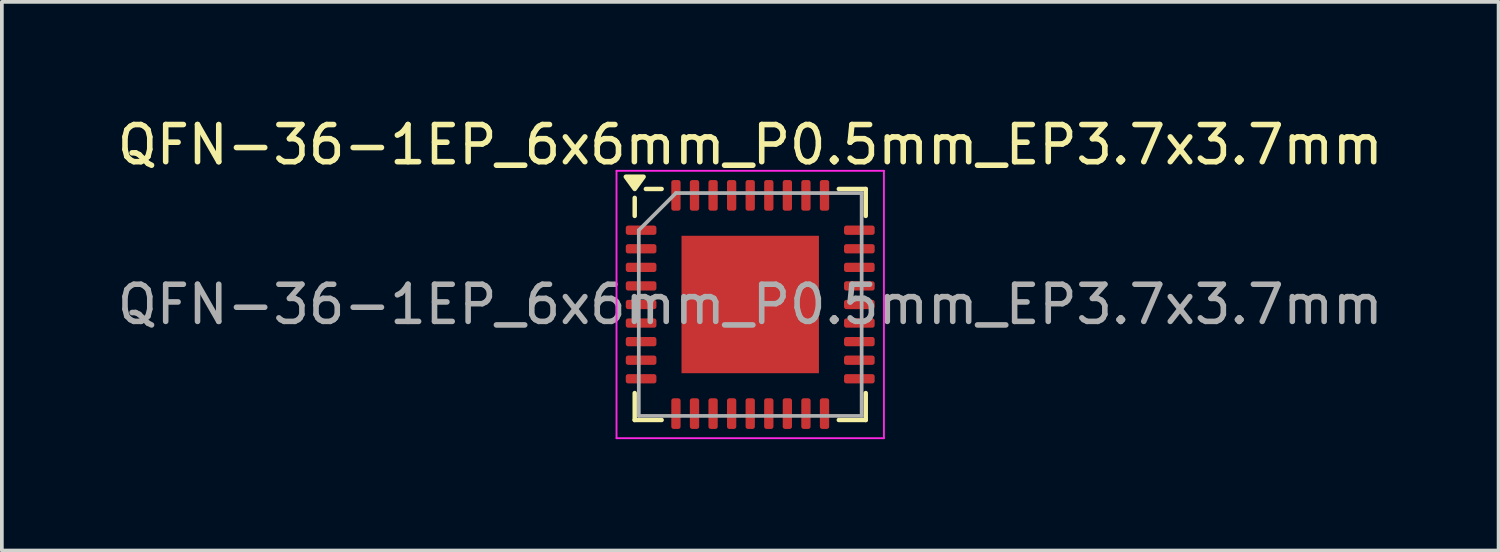
<source format=kicad_pcb>
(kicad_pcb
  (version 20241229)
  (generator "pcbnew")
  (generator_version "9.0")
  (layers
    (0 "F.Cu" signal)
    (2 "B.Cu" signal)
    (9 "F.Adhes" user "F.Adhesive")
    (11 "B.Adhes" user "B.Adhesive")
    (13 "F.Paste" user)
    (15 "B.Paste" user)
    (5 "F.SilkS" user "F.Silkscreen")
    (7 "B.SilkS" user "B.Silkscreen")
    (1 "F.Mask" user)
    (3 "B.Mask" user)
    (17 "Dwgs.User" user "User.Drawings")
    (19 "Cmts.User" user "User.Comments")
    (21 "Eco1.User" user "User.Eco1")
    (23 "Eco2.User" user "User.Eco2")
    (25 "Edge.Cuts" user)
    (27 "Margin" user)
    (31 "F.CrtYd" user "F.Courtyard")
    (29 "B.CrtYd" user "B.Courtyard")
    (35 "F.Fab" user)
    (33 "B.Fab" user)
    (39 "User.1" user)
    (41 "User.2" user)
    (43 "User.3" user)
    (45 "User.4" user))
  (footprint "QFN-36-1EP_6x6mm_P0.5mm_EP3.7x3.7mm"
    (layer "F.Cu")
    (at 17.149 5.148)
    (property "Reference" "QFN-36-1EP_6x6mm_P0.5mm_EP3.7x3.7mm" (at 0 -4.3 0) (layer "F.SilkS") (effects (font (size 1 1) (thickness 0.15))))
    (attr smd)
    (fp_line (start -3.11 -2.385) (end -3.11 -2.87) (stroke (width 0.12) (type solid)) (layer "F.SilkS"))
    (fp_line (start -3.11 3.11) (end -3.11 2.385) (stroke (width 0.12) (type solid)) (layer "F.SilkS"))
    (fp_line (start -2.385 -3.11) (end -2.81 -3.11) (stroke (width 0.12) (type solid)) (layer "F.SilkS"))
    (fp_line (start -2.385 3.11) (end -3.11 3.11) (stroke (width 0.12) (type solid)) (layer "F.SilkS"))
    (fp_line (start 2.385 -3.11) (end 3.11 -3.11) (stroke (width 0.12) (type solid)) (layer "F.SilkS"))
    (fp_line (start 2.385 3.11) (end 3.11 3.11) (stroke (width 0.12) (type solid)) (layer "F.SilkS"))
    (fp_line (start 3.11 -3.11) (end 3.11 -2.385) (stroke (width 0.12) (type solid)) (layer "F.SilkS"))
    (fp_line (start 3.11 3.11) (end 3.11 2.385) (stroke (width 0.12) (type solid)) (layer "F.SilkS"))
    (fp_poly (pts (xy -3.11 -3.11) (xy -3.35 -3.44) (xy -2.87 -3.44) (xy -3.11 -3.11)) (stroke (width 0.12) (type solid)) (fill yes) (layer "F.SilkS"))
    (fp_line (start -3.6 -3.6) (end -3.6 3.6) (stroke (width 0.05) (type solid)) (layer "F.CrtYd"))
    (fp_line (start -3.6 3.6) (end 3.6 3.6) (stroke (width 0.05) (type solid)) (layer "F.CrtYd"))
    (fp_line (start 3.6 -3.6) (end -3.6 -3.6) (stroke (width 0.05) (type solid)) (layer "F.CrtYd"))
    (fp_line (start 3.6 3.6) (end 3.6 -3.6) (stroke (width 0.05) (type solid)) (layer "F.CrtYd"))
    (fp_line (start -3 -2) (end -2 -3) (stroke (width 0.1) (type solid)) (layer "F.Fab"))
    (fp_line (start -3 3) (end -3 -2) (stroke (width 0.1) (type solid)) (layer "F.Fab"))
    (fp_line (start -2 -3) (end 3 -3) (stroke (width 0.1) (type solid)) (layer "F.Fab"))
    (fp_line (start 3 -3) (end 3 3) (stroke (width 0.1) (type solid)) (layer "F.Fab"))
    (fp_line (start 3 3) (end -3 3) (stroke (width 0.1) (type solid)) (layer "F.Fab"))
    (fp_text user "${REFERENCE}" (at 0 0 0) (layer "F.Fab") (effects (font (size 1 1) (thickness 0.15))))
    (pad "" smd roundrect (at -1.23 -1.23) (size 0.99 0.99) (layers "F.Paste") (roundrect_rratio 0.25))
    (pad "" smd roundrect (at -1.23 0) (size 0.99 0.99) (layers "F.Paste") (roundrect_rratio 0.25))
    (pad "" smd roundrect (at -1.23 1.23) (size 0.99 0.99) (layers "F.Paste") (roundrect_rratio 0.25))
    (pad "" smd roundrect (at 0 -1.23) (size 0.99 0.99) (layers "F.Paste") (roundrect_rratio 0.25))
    (pad "" smd roundrect (at 0 0) (size 0.99 0.99) (layers "F.Paste") (roundrect_rratio 0.25))
    (pad "" smd roundrect (at 0 1.23) (size 0.99 0.99) (layers "F.Paste") (roundrect_rratio 0.25))
    (pad "" smd roundrect (at 1.23 -1.23) (size 0.99 0.99) (layers "F.Paste") (roundrect_rratio 0.25))
    (pad "" smd roundrect (at 1.23 0) (size 0.99 0.99) (layers "F.Paste") (roundrect_rratio 0.25))
    (pad "" smd roundrect (at 1.23 1.23) (size 0.99 0.99) (layers "F.Paste") (roundrect_rratio 0.25))
    (pad "1" smd roundrect (at -2.938 -2) (size 0.825 0.25) (layers "F.Cu" "F.Mask" "F.Paste") (roundrect_rratio 0.25))
    (pad "2" smd roundrect (at -2.938 -1.5) (size 0.825 0.25) (layers "F.Cu" "F.Mask" "F.Paste") (roundrect_rratio 0.25))
    (pad "3" smd roundrect (at -2.938 -1) (size 0.825 0.25) (layers "F.Cu" "F.Mask" "F.Paste") (roundrect_rratio 0.25))
    (pad "4" smd roundrect (at -2.938 -0.5) (size 0.825 0.25) (layers "F.Cu" "F.Mask" "F.Paste") (roundrect_rratio 0.25))
    (pad "5" smd roundrect (at -2.938 0) (size 0.825 0.25) (layers "F.Cu" "F.Mask" "F.Paste") (roundrect_rratio 0.25))
    (pad "6" smd roundrect (at -2.938 0.5) (size 0.825 0.25) (layers "F.Cu" "F.Mask" "F.Paste") (roundrect_rratio 0.25))
    (pad "7" smd roundrect (at -2.938 1) (size 0.825 0.25) (layers "F.Cu" "F.Mask" "F.Paste") (roundrect_rratio 0.25))
    (pad "8" smd roundrect (at -2.938 1.5) (size 0.825 0.25) (layers "F.Cu" "F.Mask" "F.Paste") (roundrect_rratio 0.25))
    (pad "9" smd roundrect (at -2.938 2) (size 0.825 0.25) (layers "F.Cu" "F.Mask" "F.Paste") (roundrect_rratio 0.25))
    (pad "10" smd roundrect (at -2 2.938) (size 0.25 0.825) (layers "F.Cu" "F.Mask" "F.Paste") (roundrect_rratio 0.25))
    (pad "11" smd roundrect (at -1.5 2.938) (size 0.25 0.825) (layers "F.Cu" "F.Mask" "F.Paste") (roundrect_rratio 0.25))
    (pad "12" smd roundrect (at -1 2.938) (size 0.25 0.825) (layers "F.Cu" "F.Mask" "F.Paste") (roundrect_rratio 0.25))
    (pad "13" smd roundrect (at -0.5 2.938) (size 0.25 0.825) (layers "F.Cu" "F.Mask" "F.Paste") (roundrect_rratio 0.25))
    (pad "14" smd roundrect (at 0 2.938) (size 0.25 0.825) (layers "F.Cu" "F.Mask" "F.Paste") (roundrect_rratio 0.25))
    (pad "15" smd roundrect (at 0.5 2.938) (size 0.25 0.825) (layers "F.Cu" "F.Mask" "F.Paste") (roundrect_rratio 0.25))
    (pad "16" smd roundrect (at 1 2.938) (size 0.25 0.825) (layers "F.Cu" "F.Mask" "F.Paste") (roundrect_rratio 0.25))
    (pad "17" smd roundrect (at 1.5 2.938) (size 0.25 0.825) (layers "F.Cu" "F.Mask" "F.Paste") (roundrect_rratio 0.25))
    (pad "18" smd roundrect (at 2 2.938) (size 0.25 0.825) (layers "F.Cu" "F.Mask" "F.Paste") (roundrect_rratio 0.25))
    (pad "19" smd roundrect (at 2.938 2) (size 0.825 0.25) (layers "F.Cu" "F.Mask" "F.Paste") (roundrect_rratio 0.25))
    (pad "20" smd roundrect (at 2.938 1.5) (size 0.825 0.25) (layers "F.Cu" "F.Mask" "F.Paste") (roundrect_rratio 0.25))
    (pad "21" smd roundrect (at 2.938 1) (size 0.825 0.25) (layers "F.Cu" "F.Mask" "F.Paste") (roundrect_rratio 0.25))
    (pad "22" smd roundrect (at 2.938 0.5) (size 0.825 0.25) (layers "F.Cu" "F.Mask" "F.Paste") (roundrect_rratio 0.25))
    (pad "23" smd roundrect (at 2.938 0) (size 0.825 0.25) (layers "F.Cu" "F.Mask" "F.Paste") (roundrect_rratio 0.25))
    (pad "24" smd roundrect (at 2.938 -0.5) (size 0.825 0.25) (layers "F.Cu" "F.Mask" "F.Paste") (roundrect_rratio 0.25))
    (pad "25" smd roundrect (at 2.938 -1) (size 0.825 0.25) (layers "F.Cu" "F.Mask" "F.Paste") (roundrect_rratio 0.25))
    (pad "26" smd roundrect (at 2.938 -1.5) (size 0.825 0.25) (layers "F.Cu" "F.Mask" "F.Paste") (roundrect_rratio 0.25))
    (pad "27" smd roundrect (at 2.938 -2) (size 0.825 0.25) (layers "F.Cu" "F.Mask" "F.Paste") (roundrect_rratio 0.25))
    (pad "28" smd roundrect (at 2 -2.938) (size 0.25 0.825) (layers "F.Cu" "F.Mask" "F.Paste") (roundrect_rratio 0.25))
    (pad "29" smd roundrect (at 1.5 -2.938) (size 0.25 0.825) (layers "F.Cu" "F.Mask" "F.Paste") (roundrect_rratio 0.25))
    (pad "30" smd roundrect (at 1 -2.938) (size 0.25 0.825) (layers "F.Cu" "F.Mask" "F.Paste") (roundrect_rratio 0.25))
    (pad "31" smd roundrect (at 0.5 -2.938) (size 0.25 0.825) (layers "F.Cu" "F.Mask" "F.Paste") (roundrect_rratio 0.25))
    (pad "32" smd roundrect (at 0 -2.938) (size 0.25 0.825) (layers "F.Cu" "F.Mask" "F.Paste") (roundrect_rratio 0.25))
    (pad "33" smd roundrect (at -0.5 -2.938) (size 0.25 0.825) (layers "F.Cu" "F.Mask" "F.Paste") (roundrect_rratio 0.25))
    (pad "34" smd roundrect (at -1 -2.938) (size 0.25 0.825) (layers "F.Cu" "F.Mask" "F.Paste") (roundrect_rratio 0.25))
    (pad "35" smd roundrect (at -1.5 -2.938) (size 0.25 0.825) (layers "F.Cu" "F.Mask" "F.Paste") (roundrect_rratio 0.25))
    (pad "36" smd roundrect (at -2 -2.938) (size 0.25 0.825) (layers "F.Cu" "F.Mask" "F.Paste") (roundrect_rratio 0.25))
    (pad "37" smd rect (at 0 0) (size 3.7 3.7) (property pad_prop_heatsink) (layers "F.Cu" "F.Mask")))
  (gr_rect
    (start -3 -3)
    (end 37.298 11.773)
    (stroke (width 0.1) (type default))
    (fill no)
    (layer "Edge.Cuts")))
</source>
